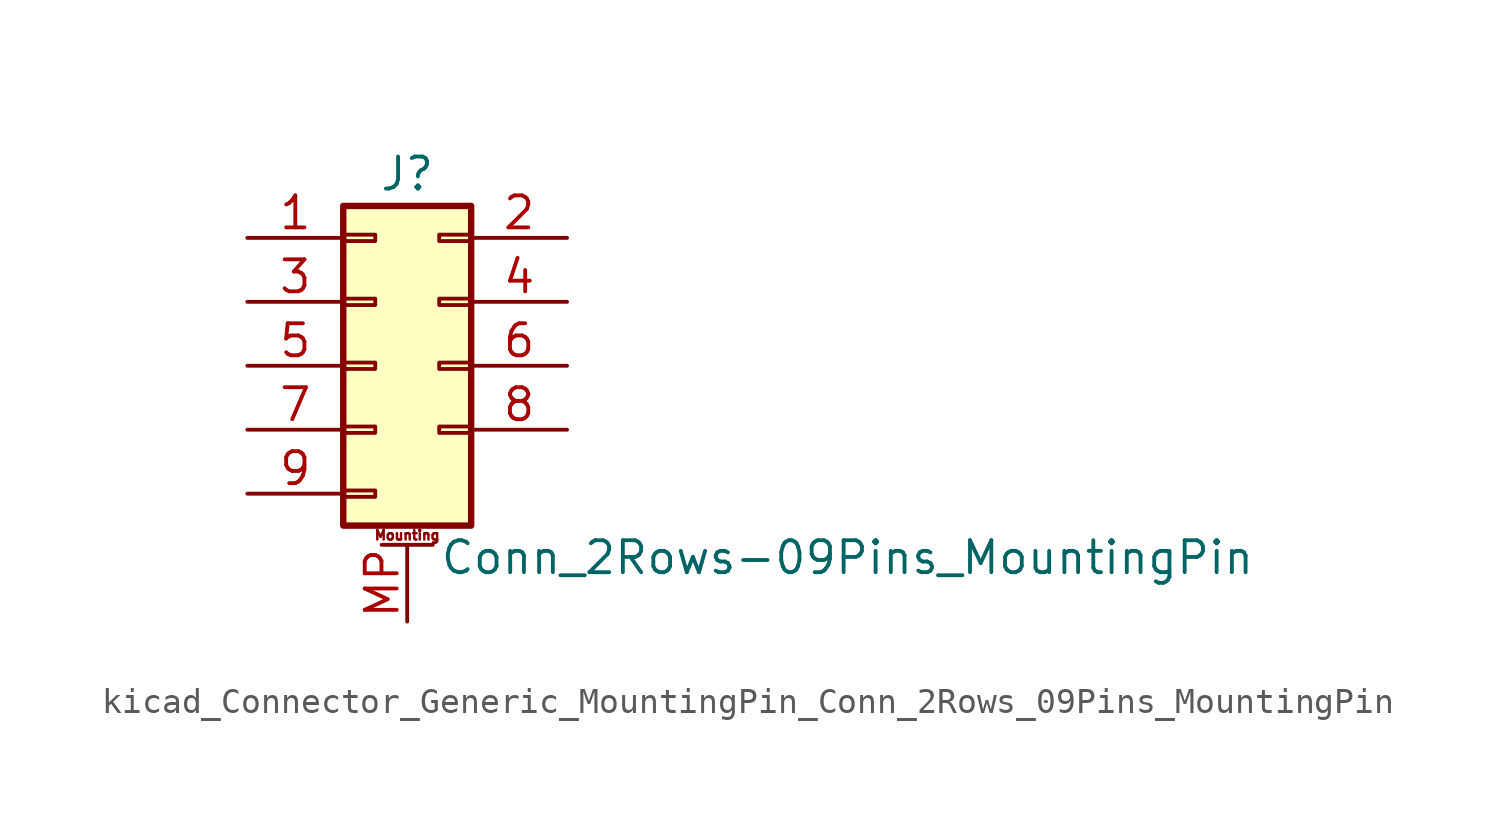
<source format=kicad_sym>
(kicad_symbol_lib
  (version 20220914)
  (generator kicad_symbol_editor)
  (symbol "kicad_Connector_Generic_MountingPin_Conn_2Rows_09Pins_MountingPin"
    (pin_names
      (offset 1.016) hide)
    (property "Reference" "J"
      (at 1.27 7.62 0)
      (effects (font (size 1.27 1.27))))
    (property "Value" "Conn_2Rows-09Pins_MountingPin"
      (at 2.54 -7.62 0)
      (effects (font (size 1.27 1.27)) (justify left)))
    (symbol "kicad_Connector_Generic_MountingPin_Conn_2Rows_09Pins_MountingPin_1_1"
      (rectangle (start -1.27 -4.953) (end 0 -5.207) (stroke (width 0.152) (type default)) (fill (type none)))
      (rectangle (start -1.27 -2.413) (end 0 -2.667) (stroke (width 0.152) (type default)) (fill (type none)))
      (rectangle (start -1.27 0.127) (end 0 -0.127) (stroke (width 0.152) (type default)) (fill (type none)))
      (rectangle (start -1.27 2.667) (end 0 2.413) (stroke (width 0.152) (type default)) (fill (type none)))
      (rectangle (start -1.27 5.207) (end 0 4.953) (stroke (width 0.152) (type default)) (fill (type none)))
      (rectangle (start -1.27 6.35) (end 3.81 -6.35) (stroke (width 0.254) (type default)) (fill (type background)))
      (polyline (pts (xy 0.254 -7.112) (xy 2.286 -7.112)) (stroke (width 0.152) (type default)) (fill (type none)))
      (rectangle (start 3.81 -2.413) (end 2.54 -2.667) (stroke (width 0.152) (type default)) (fill (type none)))
      (rectangle (start 3.81 0.127) (end 2.54 -0.127) (stroke (width 0.152) (type default)) (fill (type none)))
      (rectangle (start 3.81 2.667) (end 2.54 2.413) (stroke (width 0.152) (type default)) (fill (type none)))
      (rectangle (start 3.81 5.207) (end 2.54 4.953) (stroke (width 0.152) (type default)) (fill (type none)))
      (text "Mounting" (at 1.27 -6.731 0) (effects (font (size 0.381 0.381))))
      (pin passive line (at -5.08 5.08 0) (length 3.81) (name "Pin_1" (effects (font (size 1.27 1.27)))) (number "1" (effects (font (size 1.27 1.27)))))
      (pin passive line (at 7.62 5.08 180) (length 3.81) (name "Pin_2" (effects (font (size 1.27 1.27)))) (number "2" (effects (font (size 1.27 1.27)))))
      (pin passive line (at -5.08 2.54 0) (length 3.81) (name "Pin_3" (effects (font (size 1.27 1.27)))) (number "3" (effects (font (size 1.27 1.27)))))
      (pin passive line (at 7.62 2.54 180) (length 3.81) (name "Pin_4" (effects (font (size 1.27 1.27)))) (number "4" (effects (font (size 1.27 1.27)))))
      (pin passive line (at -5.08 0 0) (length 3.81) (name "Pin_5" (effects (font (size 1.27 1.27)))) (number "5" (effects (font (size 1.27 1.27)))))
      (pin passive line (at 7.62 0 180) (length 3.81) (name "Pin_6" (effects (font (size 1.27 1.27)))) (number "6" (effects (font (size 1.27 1.27)))))
      (pin passive line (at -5.08 -2.54 0) (length 3.81) (name "Pin_7" (effects (font (size 1.27 1.27)))) (number "7" (effects (font (size 1.27 1.27)))))
      (pin passive line (at 7.62 -2.54 180) (length 3.81) (name "Pin_8" (effects (font (size 1.27 1.27)))) (number "8" (effects (font (size 1.27 1.27)))))
      (pin passive line (at -5.08 -5.08 0) (length 3.81) (name "Pin_9" (effects (font (size 1.27 1.27)))) (number "9" (effects (font (size 1.27 1.27)))))
      (pin passive line (at 1.27 -10.16 90) (length 3.048) (name "MountPin" (effects (font (size 1.27 1.27)))) (number "MP" (effects (font (size 1.27 1.27))))))))
</source>
